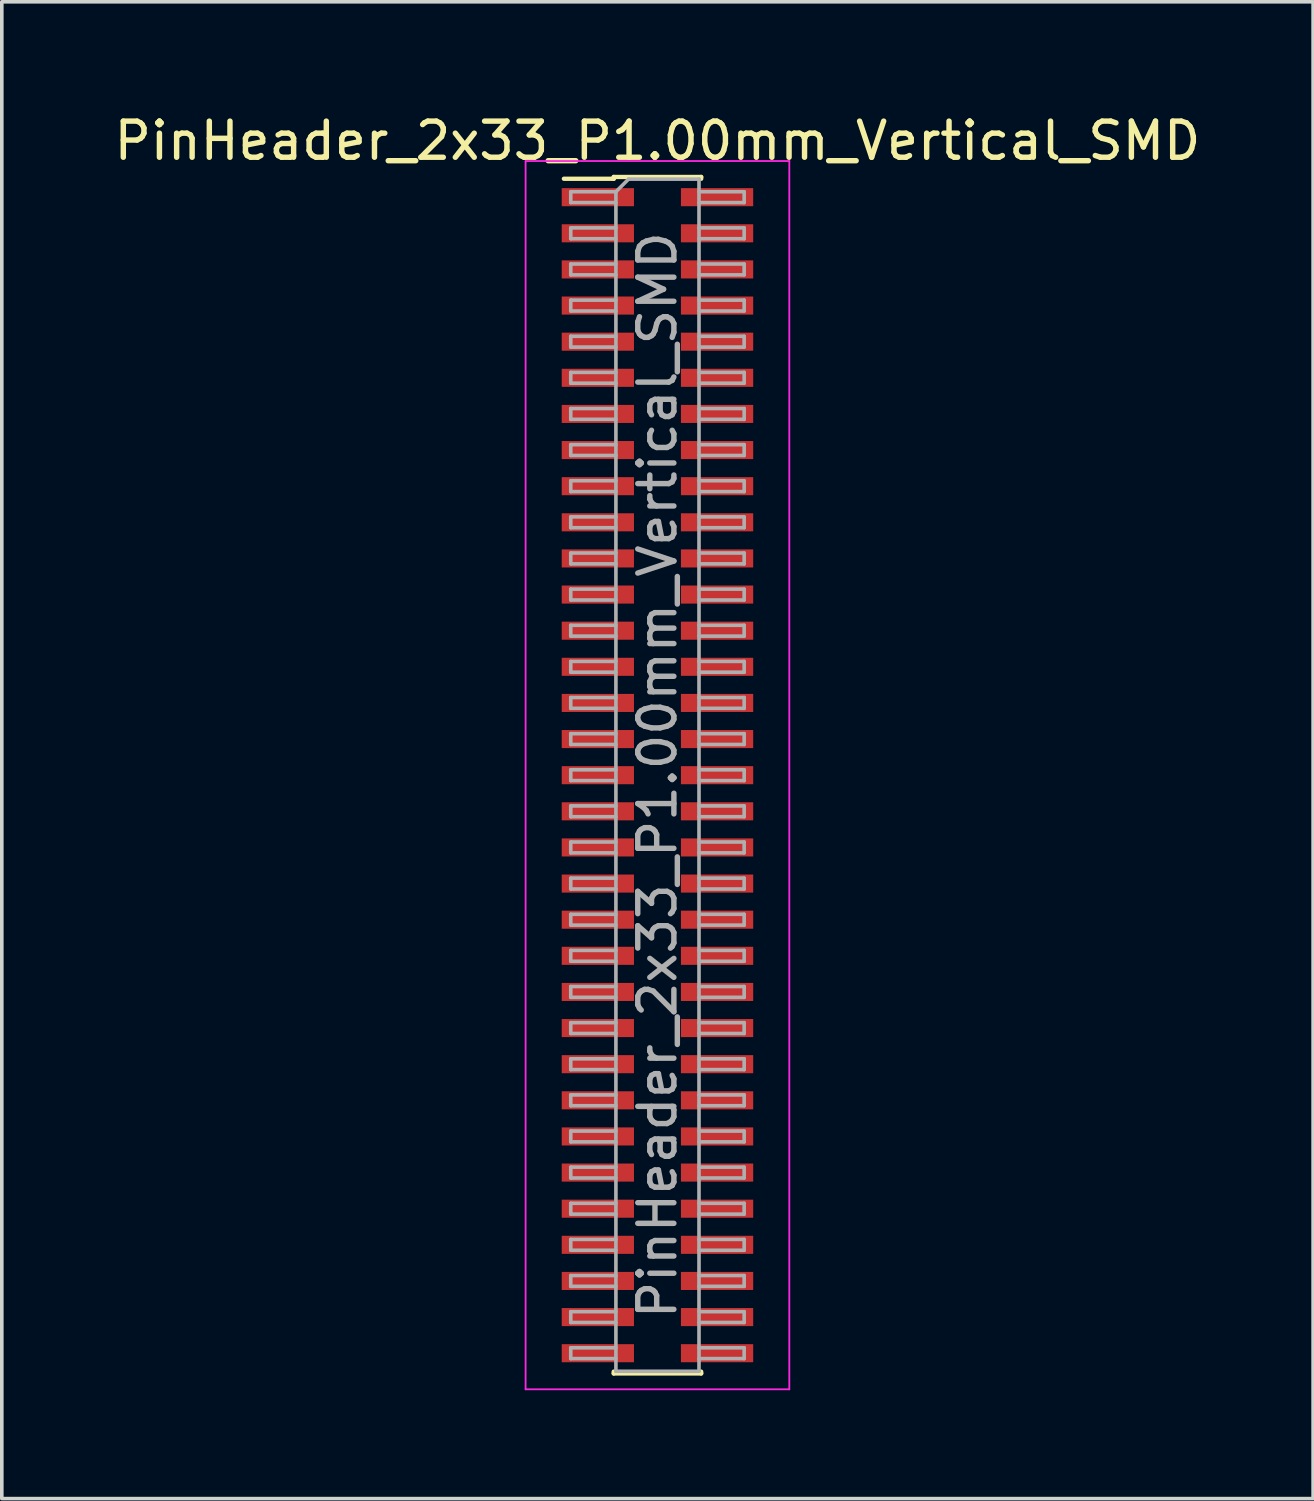
<source format=kicad_pcb>
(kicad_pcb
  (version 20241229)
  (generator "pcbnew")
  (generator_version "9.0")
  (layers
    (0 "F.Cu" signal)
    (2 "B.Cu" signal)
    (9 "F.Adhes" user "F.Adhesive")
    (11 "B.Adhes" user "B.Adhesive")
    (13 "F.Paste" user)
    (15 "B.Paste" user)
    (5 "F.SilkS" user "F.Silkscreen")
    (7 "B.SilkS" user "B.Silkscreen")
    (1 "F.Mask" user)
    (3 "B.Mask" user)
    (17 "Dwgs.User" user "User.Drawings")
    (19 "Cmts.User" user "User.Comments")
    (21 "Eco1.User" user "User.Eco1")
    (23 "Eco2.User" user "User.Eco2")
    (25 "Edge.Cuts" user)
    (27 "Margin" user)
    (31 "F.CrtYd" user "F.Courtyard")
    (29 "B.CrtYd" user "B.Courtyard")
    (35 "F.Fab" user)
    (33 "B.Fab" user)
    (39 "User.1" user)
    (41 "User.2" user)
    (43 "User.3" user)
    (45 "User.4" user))
  (footprint "PinHeader_2x33_P1.00mm_Vertical_SMD"
    (layer "F.Cu")
    (at 15.149 18.408)
    (property "Reference" "PinHeader_2x33_P1.00mm_Vertical_SMD" (at 0 -17.56 0) (layer "F.SilkS") (effects (font (size 1 1) (thickness 0.15))))
    (attr smd)
    (fp_line (start -2.59 -16.51) (end -1.21 -16.51) (stroke (width 0.12) (type solid)) (layer "F.SilkS"))
    (fp_line (start -1.21 -16.56) (end -1.21 -16.51) (stroke (width 0.12) (type solid)) (layer "F.SilkS"))
    (fp_line (start -1.21 -16.56) (end 1.21 -16.56) (stroke (width 0.12) (type solid)) (layer "F.SilkS"))
    (fp_line (start -1.21 16.51) (end -1.21 16.56) (stroke (width 0.12) (type solid)) (layer "F.SilkS"))
    (fp_line (start -1.21 16.56) (end 1.21 16.56) (stroke (width 0.12) (type solid)) (layer "F.SilkS"))
    (fp_line (start 1.21 -16.56) (end 1.21 -16.51) (stroke (width 0.12) (type solid)) (layer "F.SilkS"))
    (fp_line (start 1.21 16.51) (end 1.21 16.56) (stroke (width 0.12) (type solid)) (layer "F.SilkS"))
    (fp_line (start -3.65 -17) (end -3.65 17) (stroke (width 0.05) (type solid)) (layer "F.CrtYd"))
    (fp_line (start -3.65 17) (end 3.65 17) (stroke (width 0.05) (type solid)) (layer "F.CrtYd"))
    (fp_line (start 3.65 -17) (end -3.65 -17) (stroke (width 0.05) (type solid)) (layer "F.CrtYd"))
    (fp_line (start 3.65 17) (end 3.65 -17) (stroke (width 0.05) (type solid)) (layer "F.CrtYd"))
    (fp_line (start -2.4 -16.15) (end -2.4 -15.85) (stroke (width 0.1) (type solid)) (layer "F.Fab"))
    (fp_line (start -2.4 -15.85) (end -1.15 -15.85) (stroke (width 0.1) (type solid)) (layer "F.Fab"))
    (fp_line (start -2.4 -15.15) (end -2.4 -14.85) (stroke (width 0.1) (type solid)) (layer "F.Fab"))
    (fp_line (start -2.4 -14.85) (end -1.15 -14.85) (stroke (width 0.1) (type solid)) (layer "F.Fab"))
    (fp_line (start -2.4 -14.15) (end -2.4 -13.85) (stroke (width 0.1) (type solid)) (layer "F.Fab"))
    (fp_line (start -2.4 -13.85) (end -1.15 -13.85) (stroke (width 0.1) (type solid)) (layer "F.Fab"))
    (fp_line (start -2.4 -13.15) (end -2.4 -12.85) (stroke (width 0.1) (type solid)) (layer "F.Fab"))
    (fp_line (start -2.4 -12.85) (end -1.15 -12.85) (stroke (width 0.1) (type solid)) (layer "F.Fab"))
    (fp_line (start -2.4 -12.15) (end -2.4 -11.85) (stroke (width 0.1) (type solid)) (layer "F.Fab"))
    (fp_line (start -2.4 -11.85) (end -1.15 -11.85) (stroke (width 0.1) (type solid)) (layer "F.Fab"))
    (fp_line (start -2.4 -11.15) (end -2.4 -10.85) (stroke (width 0.1) (type solid)) (layer "F.Fab"))
    (fp_line (start -2.4 -10.85) (end -1.15 -10.85) (stroke (width 0.1) (type solid)) (layer "F.Fab"))
    (fp_line (start -2.4 -10.15) (end -2.4 -9.85) (stroke (width 0.1) (type solid)) (layer "F.Fab"))
    (fp_line (start -2.4 -9.85) (end -1.15 -9.85) (stroke (width 0.1) (type solid)) (layer "F.Fab"))
    (fp_line (start -2.4 -9.15) (end -2.4 -8.85) (stroke (width 0.1) (type solid)) (layer "F.Fab"))
    (fp_line (start -2.4 -8.85) (end -1.15 -8.85) (stroke (width 0.1) (type solid)) (layer "F.Fab"))
    (fp_line (start -2.4 -8.15) (end -2.4 -7.85) (stroke (width 0.1) (type solid)) (layer "F.Fab"))
    (fp_line (start -2.4 -7.85) (end -1.15 -7.85) (stroke (width 0.1) (type solid)) (layer "F.Fab"))
    (fp_line (start -2.4 -7.15) (end -2.4 -6.85) (stroke (width 0.1) (type solid)) (layer "F.Fab"))
    (fp_line (start -2.4 -6.85) (end -1.15 -6.85) (stroke (width 0.1) (type solid)) (layer "F.Fab"))
    (fp_line (start -2.4 -6.15) (end -2.4 -5.85) (stroke (width 0.1) (type solid)) (layer "F.Fab"))
    (fp_line (start -2.4 -5.85) (end -1.15 -5.85) (stroke (width 0.1) (type solid)) (layer "F.Fab"))
    (fp_line (start -2.4 -5.15) (end -2.4 -4.85) (stroke (width 0.1) (type solid)) (layer "F.Fab"))
    (fp_line (start -2.4 -4.85) (end -1.15 -4.85) (stroke (width 0.1) (type solid)) (layer "F.Fab"))
    (fp_line (start -2.4 -4.15) (end -2.4 -3.85) (stroke (width 0.1) (type solid)) (layer "F.Fab"))
    (fp_line (start -2.4 -3.85) (end -1.15 -3.85) (stroke (width 0.1) (type solid)) (layer "F.Fab"))
    (fp_line (start -2.4 -3.15) (end -2.4 -2.85) (stroke (width 0.1) (type solid)) (layer "F.Fab"))
    (fp_line (start -2.4 -2.85) (end -1.15 -2.85) (stroke (width 0.1) (type solid)) (layer "F.Fab"))
    (fp_line (start -2.4 -2.15) (end -2.4 -1.85) (stroke (width 0.1) (type solid)) (layer "F.Fab"))
    (fp_line (start -2.4 -1.85) (end -1.15 -1.85) (stroke (width 0.1) (type solid)) (layer "F.Fab"))
    (fp_line (start -2.4 -1.15) (end -2.4 -0.85) (stroke (width 0.1) (type solid)) (layer "F.Fab"))
    (fp_line (start -2.4 -0.85) (end -1.15 -0.85) (stroke (width 0.1) (type solid)) (layer "F.Fab"))
    (fp_line (start -2.4 -0.15) (end -2.4 0.15) (stroke (width 0.1) (type solid)) (layer "F.Fab"))
    (fp_line (start -2.4 0.15) (end -1.15 0.15) (stroke (width 0.1) (type solid)) (layer "F.Fab"))
    (fp_line (start -2.4 0.85) (end -2.4 1.15) (stroke (width 0.1) (type solid)) (layer "F.Fab"))
    (fp_line (start -2.4 1.15) (end -1.15 1.15) (stroke (width 0.1) (type solid)) (layer "F.Fab"))
    (fp_line (start -2.4 1.85) (end -2.4 2.15) (stroke (width 0.1) (type solid)) (layer "F.Fab"))
    (fp_line (start -2.4 2.15) (end -1.15 2.15) (stroke (width 0.1) (type solid)) (layer "F.Fab"))
    (fp_line (start -2.4 2.85) (end -2.4 3.15) (stroke (width 0.1) (type solid)) (layer "F.Fab"))
    (fp_line (start -2.4 3.15) (end -1.15 3.15) (stroke (width 0.1) (type solid)) (layer "F.Fab"))
    (fp_line (start -2.4 3.85) (end -2.4 4.15) (stroke (width 0.1) (type solid)) (layer "F.Fab"))
    (fp_line (start -2.4 4.15) (end -1.15 4.15) (stroke (width 0.1) (type solid)) (layer "F.Fab"))
    (fp_line (start -2.4 4.85) (end -2.4 5.15) (stroke (width 0.1) (type solid)) (layer "F.Fab"))
    (fp_line (start -2.4 5.15) (end -1.15 5.15) (stroke (width 0.1) (type solid)) (layer "F.Fab"))
    (fp_line (start -2.4 5.85) (end -2.4 6.15) (stroke (width 0.1) (type solid)) (layer "F.Fab"))
    (fp_line (start -2.4 6.15) (end -1.15 6.15) (stroke (width 0.1) (type solid)) (layer "F.Fab"))
    (fp_line (start -2.4 6.85) (end -2.4 7.15) (stroke (width 0.1) (type solid)) (layer "F.Fab"))
    (fp_line (start -2.4 7.15) (end -1.15 7.15) (stroke (width 0.1) (type solid)) (layer "F.Fab"))
    (fp_line (start -2.4 7.85) (end -2.4 8.15) (stroke (width 0.1) (type solid)) (layer "F.Fab"))
    (fp_line (start -2.4 8.15) (end -1.15 8.15) (stroke (width 0.1) (type solid)) (layer "F.Fab"))
    (fp_line (start -2.4 8.85) (end -2.4 9.15) (stroke (width 0.1) (type solid)) (layer "F.Fab"))
    (fp_line (start -2.4 9.15) (end -1.15 9.15) (stroke (width 0.1) (type solid)) (layer "F.Fab"))
    (fp_line (start -2.4 9.85) (end -2.4 10.15) (stroke (width 0.1) (type solid)) (layer "F.Fab"))
    (fp_line (start -2.4 10.15) (end -1.15 10.15) (stroke (width 0.1) (type solid)) (layer "F.Fab"))
    (fp_line (start -2.4 10.85) (end -2.4 11.15) (stroke (width 0.1) (type solid)) (layer "F.Fab"))
    (fp_line (start -2.4 11.15) (end -1.15 11.15) (stroke (width 0.1) (type solid)) (layer "F.Fab"))
    (fp_line (start -2.4 11.85) (end -2.4 12.15) (stroke (width 0.1) (type solid)) (layer "F.Fab"))
    (fp_line (start -2.4 12.15) (end -1.15 12.15) (stroke (width 0.1) (type solid)) (layer "F.Fab"))
    (fp_line (start -2.4 12.85) (end -2.4 13.15) (stroke (width 0.1) (type solid)) (layer "F.Fab"))
    (fp_line (start -2.4 13.15) (end -1.15 13.15) (stroke (width 0.1) (type solid)) (layer "F.Fab"))
    (fp_line (start -2.4 13.85) (end -2.4 14.15) (stroke (width 0.1) (type solid)) (layer "F.Fab"))
    (fp_line (start -2.4 14.15) (end -1.15 14.15) (stroke (width 0.1) (type solid)) (layer "F.Fab"))
    (fp_line (start -2.4 14.85) (end -2.4 15.15) (stroke (width 0.1) (type solid)) (layer "F.Fab"))
    (fp_line (start -2.4 15.15) (end -1.15 15.15) (stroke (width 0.1) (type solid)) (layer "F.Fab"))
    (fp_line (start -2.4 15.85) (end -2.4 16.15) (stroke (width 0.1) (type solid)) (layer "F.Fab"))
    (fp_line (start -2.4 16.15) (end -1.15 16.15) (stroke (width 0.1) (type solid)) (layer "F.Fab"))
    (fp_line (start -1.15 -16.15) (end -2.4 -16.15) (stroke (width 0.1) (type solid)) (layer "F.Fab"))
    (fp_line (start -1.15 -16.15) (end -0.8 -16.5) (stroke (width 0.1) (type solid)) (layer "F.Fab"))
    (fp_line (start -1.15 -15.15) (end -2.4 -15.15) (stroke (width 0.1) (type solid)) (layer "F.Fab"))
    (fp_line (start -1.15 -14.15) (end -2.4 -14.15) (stroke (width 0.1) (type solid)) (layer "F.Fab"))
    (fp_line (start -1.15 -13.15) (end -2.4 -13.15) (stroke (width 0.1) (type solid)) (layer "F.Fab"))
    (fp_line (start -1.15 -12.15) (end -2.4 -12.15) (stroke (width 0.1) (type solid)) (layer "F.Fab"))
    (fp_line (start -1.15 -11.15) (end -2.4 -11.15) (stroke (width 0.1) (type solid)) (layer "F.Fab"))
    (fp_line (start -1.15 -10.15) (end -2.4 -10.15) (stroke (width 0.1) (type solid)) (layer "F.Fab"))
    (fp_line (start -1.15 -9.15) (end -2.4 -9.15) (stroke (width 0.1) (type solid)) (layer "F.Fab"))
    (fp_line (start -1.15 -8.15) (end -2.4 -8.15) (stroke (width 0.1) (type solid)) (layer "F.Fab"))
    (fp_line (start -1.15 -7.15) (end -2.4 -7.15) (stroke (width 0.1) (type solid)) (layer "F.Fab"))
    (fp_line (start -1.15 -6.15) (end -2.4 -6.15) (stroke (width 0.1) (type solid)) (layer "F.Fab"))
    (fp_line (start -1.15 -5.15) (end -2.4 -5.15) (stroke (width 0.1) (type solid)) (layer "F.Fab"))
    (fp_line (start -1.15 -4.15) (end -2.4 -4.15) (stroke (width 0.1) (type solid)) (layer "F.Fab"))
    (fp_line (start -1.15 -3.15) (end -2.4 -3.15) (stroke (width 0.1) (type solid)) (layer "F.Fab"))
    (fp_line (start -1.15 -2.15) (end -2.4 -2.15) (stroke (width 0.1) (type solid)) (layer "F.Fab"))
    (fp_line (start -1.15 -1.15) (end -2.4 -1.15) (stroke (width 0.1) (type solid)) (layer "F.Fab"))
    (fp_line (start -1.15 -0.15) (end -2.4 -0.15) (stroke (width 0.1) (type solid)) (layer "F.Fab"))
    (fp_line (start -1.15 0.85) (end -2.4 0.85) (stroke (width 0.1) (type solid)) (layer "F.Fab"))
    (fp_line (start -1.15 1.85) (end -2.4 1.85) (stroke (width 0.1) (type solid)) (layer "F.Fab"))
    (fp_line (start -1.15 2.85) (end -2.4 2.85) (stroke (width 0.1) (type solid)) (layer "F.Fab"))
    (fp_line (start -1.15 3.85) (end -2.4 3.85) (stroke (width 0.1) (type solid)) (layer "F.Fab"))
    (fp_line (start -1.15 4.85) (end -2.4 4.85) (stroke (width 0.1) (type solid)) (layer "F.Fab"))
    (fp_line (start -1.15 5.85) (end -2.4 5.85) (stroke (width 0.1) (type solid)) (layer "F.Fab"))
    (fp_line (start -1.15 6.85) (end -2.4 6.85) (stroke (width 0.1) (type solid)) (layer "F.Fab"))
    (fp_line (start -1.15 7.85) (end -2.4 7.85) (stroke (width 0.1) (type solid)) (layer "F.Fab"))
    (fp_line (start -1.15 8.85) (end -2.4 8.85) (stroke (width 0.1) (type solid)) (layer "F.Fab"))
    (fp_line (start -1.15 9.85) (end -2.4 9.85) (stroke (width 0.1) (type solid)) (layer "F.Fab"))
    (fp_line (start -1.15 10.85) (end -2.4 10.85) (stroke (width 0.1) (type solid)) (layer "F.Fab"))
    (fp_line (start -1.15 11.85) (end -2.4 11.85) (stroke (width 0.1) (type solid)) (layer "F.Fab"))
    (fp_line (start -1.15 12.85) (end -2.4 12.85) (stroke (width 0.1) (type solid)) (layer "F.Fab"))
    (fp_line (start -1.15 13.85) (end -2.4 13.85) (stroke (width 0.1) (type solid)) (layer "F.Fab"))
    (fp_line (start -1.15 14.85) (end -2.4 14.85) (stroke (width 0.1) (type solid)) (layer "F.Fab"))
    (fp_line (start -1.15 15.85) (end -2.4 15.85) (stroke (width 0.1) (type solid)) (layer "F.Fab"))
    (fp_line (start -1.15 16.5) (end -1.15 -16.15) (stroke (width 0.1) (type solid)) (layer "F.Fab"))
    (fp_line (start -0.8 -16.5) (end 1.15 -16.5) (stroke (width 0.1) (type solid)) (layer "F.Fab"))
    (fp_line (start 1.15 -16.5) (end 1.15 16.5) (stroke (width 0.1) (type solid)) (layer "F.Fab"))
    (fp_line (start 1.15 -16.15) (end 2.4 -16.15) (stroke (width 0.1) (type solid)) (layer "F.Fab"))
    (fp_line (start 1.15 -15.15) (end 2.4 -15.15) (stroke (width 0.1) (type solid)) (layer "F.Fab"))
    (fp_line (start 1.15 -14.15) (end 2.4 -14.15) (stroke (width 0.1) (type solid)) (layer "F.Fab"))
    (fp_line (start 1.15 -13.15) (end 2.4 -13.15) (stroke (width 0.1) (type solid)) (layer "F.Fab"))
    (fp_line (start 1.15 -12.15) (end 2.4 -12.15) (stroke (width 0.1) (type solid)) (layer "F.Fab"))
    (fp_line (start 1.15 -11.15) (end 2.4 -11.15) (stroke (width 0.1) (type solid)) (layer "F.Fab"))
    (fp_line (start 1.15 -10.15) (end 2.4 -10.15) (stroke (width 0.1) (type solid)) (layer "F.Fab"))
    (fp_line (start 1.15 -9.15) (end 2.4 -9.15) (stroke (width 0.1) (type solid)) (layer "F.Fab"))
    (fp_line (start 1.15 -8.15) (end 2.4 -8.15) (stroke (width 0.1) (type solid)) (layer "F.Fab"))
    (fp_line (start 1.15 -7.15) (end 2.4 -7.15) (stroke (width 0.1) (type solid)) (layer "F.Fab"))
    (fp_line (start 1.15 -6.15) (end 2.4 -6.15) (stroke (width 0.1) (type solid)) (layer "F.Fab"))
    (fp_line (start 1.15 -5.15) (end 2.4 -5.15) (stroke (width 0.1) (type solid)) (layer "F.Fab"))
    (fp_line (start 1.15 -4.15) (end 2.4 -4.15) (stroke (width 0.1) (type solid)) (layer "F.Fab"))
    (fp_line (start 1.15 -3.15) (end 2.4 -3.15) (stroke (width 0.1) (type solid)) (layer "F.Fab"))
    (fp_line (start 1.15 -2.15) (end 2.4 -2.15) (stroke (width 0.1) (type solid)) (layer "F.Fab"))
    (fp_line (start 1.15 -1.15) (end 2.4 -1.15) (stroke (width 0.1) (type solid)) (layer "F.Fab"))
    (fp_line (start 1.15 -0.15) (end 2.4 -0.15) (stroke (width 0.1) (type solid)) (layer "F.Fab"))
    (fp_line (start 1.15 0.85) (end 2.4 0.85) (stroke (width 0.1) (type solid)) (layer "F.Fab"))
    (fp_line (start 1.15 1.85) (end 2.4 1.85) (stroke (width 0.1) (type solid)) (layer "F.Fab"))
    (fp_line (start 1.15 2.85) (end 2.4 2.85) (stroke (width 0.1) (type solid)) (layer "F.Fab"))
    (fp_line (start 1.15 3.85) (end 2.4 3.85) (stroke (width 0.1) (type solid)) (layer "F.Fab"))
    (fp_line (start 1.15 4.85) (end 2.4 4.85) (stroke (width 0.1) (type solid)) (layer "F.Fab"))
    (fp_line (start 1.15 5.85) (end 2.4 5.85) (stroke (width 0.1) (type solid)) (layer "F.Fab"))
    (fp_line (start 1.15 6.85) (end 2.4 6.85) (stroke (width 0.1) (type solid)) (layer "F.Fab"))
    (fp_line (start 1.15 7.85) (end 2.4 7.85) (stroke (width 0.1) (type solid)) (layer "F.Fab"))
    (fp_line (start 1.15 8.85) (end 2.4 8.85) (stroke (width 0.1) (type solid)) (layer "F.Fab"))
    (fp_line (start 1.15 9.85) (end 2.4 9.85) (stroke (width 0.1) (type solid)) (layer "F.Fab"))
    (fp_line (start 1.15 10.85) (end 2.4 10.85) (stroke (width 0.1) (type solid)) (layer "F.Fab"))
    (fp_line (start 1.15 11.85) (end 2.4 11.85) (stroke (width 0.1) (type solid)) (layer "F.Fab"))
    (fp_line (start 1.15 12.85) (end 2.4 12.85) (stroke (width 0.1) (type solid)) (layer "F.Fab"))
    (fp_line (start 1.15 13.85) (end 2.4 13.85) (stroke (width 0.1) (type solid)) (layer "F.Fab"))
    (fp_line (start 1.15 14.85) (end 2.4 14.85) (stroke (width 0.1) (type solid)) (layer "F.Fab"))
    (fp_line (start 1.15 15.85) (end 2.4 15.85) (stroke (width 0.1) (type solid)) (layer "F.Fab"))
    (fp_line (start 1.15 16.5) (end -1.15 16.5) (stroke (width 0.1) (type solid)) (layer "F.Fab"))
    (fp_line (start 2.4 -16.15) (end 2.4 -15.85) (stroke (width 0.1) (type solid)) (layer "F.Fab"))
    (fp_line (start 2.4 -15.85) (end 1.15 -15.85) (stroke (width 0.1) (type solid)) (layer "F.Fab"))
    (fp_line (start 2.4 -15.15) (end 2.4 -14.85) (stroke (width 0.1) (type solid)) (layer "F.Fab"))
    (fp_line (start 2.4 -14.85) (end 1.15 -14.85) (stroke (width 0.1) (type solid)) (layer "F.Fab"))
    (fp_line (start 2.4 -14.15) (end 2.4 -13.85) (stroke (width 0.1) (type solid)) (layer "F.Fab"))
    (fp_line (start 2.4 -13.85) (end 1.15 -13.85) (stroke (width 0.1) (type solid)) (layer "F.Fab"))
    (fp_line (start 2.4 -13.15) (end 2.4 -12.85) (stroke (width 0.1) (type solid)) (layer "F.Fab"))
    (fp_line (start 2.4 -12.85) (end 1.15 -12.85) (stroke (width 0.1) (type solid)) (layer "F.Fab"))
    (fp_line (start 2.4 -12.15) (end 2.4 -11.85) (stroke (width 0.1) (type solid)) (layer "F.Fab"))
    (fp_line (start 2.4 -11.85) (end 1.15 -11.85) (stroke (width 0.1) (type solid)) (layer "F.Fab"))
    (fp_line (start 2.4 -11.15) (end 2.4 -10.85) (stroke (width 0.1) (type solid)) (layer "F.Fab"))
    (fp_line (start 2.4 -10.85) (end 1.15 -10.85) (stroke (width 0.1) (type solid)) (layer "F.Fab"))
    (fp_line (start 2.4 -10.15) (end 2.4 -9.85) (stroke (width 0.1) (type solid)) (layer "F.Fab"))
    (fp_line (start 2.4 -9.85) (end 1.15 -9.85) (stroke (width 0.1) (type solid)) (layer "F.Fab"))
    (fp_line (start 2.4 -9.15) (end 2.4 -8.85) (stroke (width 0.1) (type solid)) (layer "F.Fab"))
    (fp_line (start 2.4 -8.85) (end 1.15 -8.85) (stroke (width 0.1) (type solid)) (layer "F.Fab"))
    (fp_line (start 2.4 -8.15) (end 2.4 -7.85) (stroke (width 0.1) (type solid)) (layer "F.Fab"))
    (fp_line (start 2.4 -7.85) (end 1.15 -7.85) (stroke (width 0.1) (type solid)) (layer "F.Fab"))
    (fp_line (start 2.4 -7.15) (end 2.4 -6.85) (stroke (width 0.1) (type solid)) (layer "F.Fab"))
    (fp_line (start 2.4 -6.85) (end 1.15 -6.85) (stroke (width 0.1) (type solid)) (layer "F.Fab"))
    (fp_line (start 2.4 -6.15) (end 2.4 -5.85) (stroke (width 0.1) (type solid)) (layer "F.Fab"))
    (fp_line (start 2.4 -5.85) (end 1.15 -5.85) (stroke (width 0.1) (type solid)) (layer "F.Fab"))
    (fp_line (start 2.4 -5.15) (end 2.4 -4.85) (stroke (width 0.1) (type solid)) (layer "F.Fab"))
    (fp_line (start 2.4 -4.85) (end 1.15 -4.85) (stroke (width 0.1) (type solid)) (layer "F.Fab"))
    (fp_line (start 2.4 -4.15) (end 2.4 -3.85) (stroke (width 0.1) (type solid)) (layer "F.Fab"))
    (fp_line (start 2.4 -3.85) (end 1.15 -3.85) (stroke (width 0.1) (type solid)) (layer "F.Fab"))
    (fp_line (start 2.4 -3.15) (end 2.4 -2.85) (stroke (width 0.1) (type solid)) (layer "F.Fab"))
    (fp_line (start 2.4 -2.85) (end 1.15 -2.85) (stroke (width 0.1) (type solid)) (layer "F.Fab"))
    (fp_line (start 2.4 -2.15) (end 2.4 -1.85) (stroke (width 0.1) (type solid)) (layer "F.Fab"))
    (fp_line (start 2.4 -1.85) (end 1.15 -1.85) (stroke (width 0.1) (type solid)) (layer "F.Fab"))
    (fp_line (start 2.4 -1.15) (end 2.4 -0.85) (stroke (width 0.1) (type solid)) (layer "F.Fab"))
    (fp_line (start 2.4 -0.85) (end 1.15 -0.85) (stroke (width 0.1) (type solid)) (layer "F.Fab"))
    (fp_line (start 2.4 -0.15) (end 2.4 0.15) (stroke (width 0.1) (type solid)) (layer "F.Fab"))
    (fp_line (start 2.4 0.15) (end 1.15 0.15) (stroke (width 0.1) (type solid)) (layer "F.Fab"))
    (fp_line (start 2.4 0.85) (end 2.4 1.15) (stroke (width 0.1) (type solid)) (layer "F.Fab"))
    (fp_line (start 2.4 1.15) (end 1.15 1.15) (stroke (width 0.1) (type solid)) (layer "F.Fab"))
    (fp_line (start 2.4 1.85) (end 2.4 2.15) (stroke (width 0.1) (type solid)) (layer "F.Fab"))
    (fp_line (start 2.4 2.15) (end 1.15 2.15) (stroke (width 0.1) (type solid)) (layer "F.Fab"))
    (fp_line (start 2.4 2.85) (end 2.4 3.15) (stroke (width 0.1) (type solid)) (layer "F.Fab"))
    (fp_line (start 2.4 3.15) (end 1.15 3.15) (stroke (width 0.1) (type solid)) (layer "F.Fab"))
    (fp_line (start 2.4 3.85) (end 2.4 4.15) (stroke (width 0.1) (type solid)) (layer "F.Fab"))
    (fp_line (start 2.4 4.15) (end 1.15 4.15) (stroke (width 0.1) (type solid)) (layer "F.Fab"))
    (fp_line (start 2.4 4.85) (end 2.4 5.15) (stroke (width 0.1) (type solid)) (layer "F.Fab"))
    (fp_line (start 2.4 5.15) (end 1.15 5.15) (stroke (width 0.1) (type solid)) (layer "F.Fab"))
    (fp_line (start 2.4 5.85) (end 2.4 6.15) (stroke (width 0.1) (type solid)) (layer "F.Fab"))
    (fp_line (start 2.4 6.15) (end 1.15 6.15) (stroke (width 0.1) (type solid)) (layer "F.Fab"))
    (fp_line (start 2.4 6.85) (end 2.4 7.15) (stroke (width 0.1) (type solid)) (layer "F.Fab"))
    (fp_line (start 2.4 7.15) (end 1.15 7.15) (stroke (width 0.1) (type solid)) (layer "F.Fab"))
    (fp_line (start 2.4 7.85) (end 2.4 8.15) (stroke (width 0.1) (type solid)) (layer "F.Fab"))
    (fp_line (start 2.4 8.15) (end 1.15 8.15) (stroke (width 0.1) (type solid)) (layer "F.Fab"))
    (fp_line (start 2.4 8.85) (end 2.4 9.15) (stroke (width 0.1) (type solid)) (layer "F.Fab"))
    (fp_line (start 2.4 9.15) (end 1.15 9.15) (stroke (width 0.1) (type solid)) (layer "F.Fab"))
    (fp_line (start 2.4 9.85) (end 2.4 10.15) (stroke (width 0.1) (type solid)) (layer "F.Fab"))
    (fp_line (start 2.4 10.15) (end 1.15 10.15) (stroke (width 0.1) (type solid)) (layer "F.Fab"))
    (fp_line (start 2.4 10.85) (end 2.4 11.15) (stroke (width 0.1) (type solid)) (layer "F.Fab"))
    (fp_line (start 2.4 11.15) (end 1.15 11.15) (stroke (width 0.1) (type solid)) (layer "F.Fab"))
    (fp_line (start 2.4 11.85) (end 2.4 12.15) (stroke (width 0.1) (type solid)) (layer "F.Fab"))
    (fp_line (start 2.4 12.15) (end 1.15 12.15) (stroke (width 0.1) (type solid)) (layer "F.Fab"))
    (fp_line (start 2.4 12.85) (end 2.4 13.15) (stroke (width 0.1) (type solid)) (layer "F.Fab"))
    (fp_line (start 2.4 13.15) (end 1.15 13.15) (stroke (width 0.1) (type solid)) (layer "F.Fab"))
    (fp_line (start 2.4 13.85) (end 2.4 14.15) (stroke (width 0.1) (type solid)) (layer "F.Fab"))
    (fp_line (start 2.4 14.15) (end 1.15 14.15) (stroke (width 0.1) (type solid)) (layer "F.Fab"))
    (fp_line (start 2.4 14.85) (end 2.4 15.15) (stroke (width 0.1) (type solid)) (layer "F.Fab"))
    (fp_line (start 2.4 15.15) (end 1.15 15.15) (stroke (width 0.1) (type solid)) (layer "F.Fab"))
    (fp_line (start 2.4 15.85) (end 2.4 16.15) (stroke (width 0.1) (type solid)) (layer "F.Fab"))
    (fp_line (start 2.4 16.15) (end 1.15 16.15) (stroke (width 0.1) (type solid)) (layer "F.Fab"))
    (fp_text user "${REFERENCE}" (at 0 0 90) (layer "F.Fab") (effects (font (size 1 1) (thickness 0.15))))
    (pad "1" smd rect (at -1.65 -16) (size 2 0.5) (layers "F.Cu" "F.Mask" "F.Paste"))
    (pad "2" smd rect (at 1.65 -16) (size 2 0.5) (layers "F.Cu" "F.Mask" "F.Paste"))
    (pad "3" smd rect (at -1.65 -15) (size 2 0.5) (layers "F.Cu" "F.Mask" "F.Paste"))
    (pad "4" smd rect (at 1.65 -15) (size 2 0.5) (layers "F.Cu" "F.Mask" "F.Paste"))
    (pad "5" smd rect (at -1.65 -14) (size 2 0.5) (layers "F.Cu" "F.Mask" "F.Paste"))
    (pad "6" smd rect (at 1.65 -14) (size 2 0.5) (layers "F.Cu" "F.Mask" "F.Paste"))
    (pad "7" smd rect (at -1.65 -13) (size 2 0.5) (layers "F.Cu" "F.Mask" "F.Paste"))
    (pad "8" smd rect (at 1.65 -13) (size 2 0.5) (layers "F.Cu" "F.Mask" "F.Paste"))
    (pad "9" smd rect (at -1.65 -12) (size 2 0.5) (layers "F.Cu" "F.Mask" "F.Paste"))
    (pad "10" smd rect (at 1.65 -12) (size 2 0.5) (layers "F.Cu" "F.Mask" "F.Paste"))
    (pad "11" smd rect (at -1.65 -11) (size 2 0.5) (layers "F.Cu" "F.Mask" "F.Paste"))
    (pad "12" smd rect (at 1.65 -11) (size 2 0.5) (layers "F.Cu" "F.Mask" "F.Paste"))
    (pad "13" smd rect (at -1.65 -10) (size 2 0.5) (layers "F.Cu" "F.Mask" "F.Paste"))
    (pad "14" smd rect (at 1.65 -10) (size 2 0.5) (layers "F.Cu" "F.Mask" "F.Paste"))
    (pad "15" smd rect (at -1.65 -9) (size 2 0.5) (layers "F.Cu" "F.Mask" "F.Paste"))
    (pad "16" smd rect (at 1.65 -9) (size 2 0.5) (layers "F.Cu" "F.Mask" "F.Paste"))
    (pad "17" smd rect (at -1.65 -8) (size 2 0.5) (layers "F.Cu" "F.Mask" "F.Paste"))
    (pad "18" smd rect (at 1.65 -8) (size 2 0.5) (layers "F.Cu" "F.Mask" "F.Paste"))
    (pad "19" smd rect (at -1.65 -7) (size 2 0.5) (layers "F.Cu" "F.Mask" "F.Paste"))
    (pad "20" smd rect (at 1.65 -7) (size 2 0.5) (layers "F.Cu" "F.Mask" "F.Paste"))
    (pad "21" smd rect (at -1.65 -6) (size 2 0.5) (layers "F.Cu" "F.Mask" "F.Paste"))
    (pad "22" smd rect (at 1.65 -6) (size 2 0.5) (layers "F.Cu" "F.Mask" "F.Paste"))
    (pad "23" smd rect (at -1.65 -5) (size 2 0.5) (layers "F.Cu" "F.Mask" "F.Paste"))
    (pad "24" smd rect (at 1.65 -5) (size 2 0.5) (layers "F.Cu" "F.Mask" "F.Paste"))
    (pad "25" smd rect (at -1.65 -4) (size 2 0.5) (layers "F.Cu" "F.Mask" "F.Paste"))
    (pad "26" smd rect (at 1.65 -4) (size 2 0.5) (layers "F.Cu" "F.Mask" "F.Paste"))
    (pad "27" smd rect (at -1.65 -3) (size 2 0.5) (layers "F.Cu" "F.Mask" "F.Paste"))
    (pad "28" smd rect (at 1.65 -3) (size 2 0.5) (layers "F.Cu" "F.Mask" "F.Paste"))
    (pad "29" smd rect (at -1.65 -2) (size 2 0.5) (layers "F.Cu" "F.Mask" "F.Paste"))
    (pad "30" smd rect (at 1.65 -2) (size 2 0.5) (layers "F.Cu" "F.Mask" "F.Paste"))
    (pad "31" smd rect (at -1.65 -1) (size 2 0.5) (layers "F.Cu" "F.Mask" "F.Paste"))
    (pad "32" smd rect (at 1.65 -1) (size 2 0.5) (layers "F.Cu" "F.Mask" "F.Paste"))
    (pad "33" smd rect (at -1.65 0) (size 2 0.5) (layers "F.Cu" "F.Mask" "F.Paste"))
    (pad "34" smd rect (at 1.65 0) (size 2 0.5) (layers "F.Cu" "F.Mask" "F.Paste"))
    (pad "35" smd rect (at -1.65 1) (size 2 0.5) (layers "F.Cu" "F.Mask" "F.Paste"))
    (pad "36" smd rect (at 1.65 1) (size 2 0.5) (layers "F.Cu" "F.Mask" "F.Paste"))
    (pad "37" smd rect (at -1.65 2) (size 2 0.5) (layers "F.Cu" "F.Mask" "F.Paste"))
    (pad "38" smd rect (at 1.65 2) (size 2 0.5) (layers "F.Cu" "F.Mask" "F.Paste"))
    (pad "39" smd rect (at -1.65 3) (size 2 0.5) (layers "F.Cu" "F.Mask" "F.Paste"))
    (pad "40" smd rect (at 1.65 3) (size 2 0.5) (layers "F.Cu" "F.Mask" "F.Paste"))
    (pad "41" smd rect (at -1.65 4) (size 2 0.5) (layers "F.Cu" "F.Mask" "F.Paste"))
    (pad "42" smd rect (at 1.65 4) (size 2 0.5) (layers "F.Cu" "F.Mask" "F.Paste"))
    (pad "43" smd rect (at -1.65 5) (size 2 0.5) (layers "F.Cu" "F.Mask" "F.Paste"))
    (pad "44" smd rect (at 1.65 5) (size 2 0.5) (layers "F.Cu" "F.Mask" "F.Paste"))
    (pad "45" smd rect (at -1.65 6) (size 2 0.5) (layers "F.Cu" "F.Mask" "F.Paste"))
    (pad "46" smd rect (at 1.65 6) (size 2 0.5) (layers "F.Cu" "F.Mask" "F.Paste"))
    (pad "47" smd rect (at -1.65 7) (size 2 0.5) (layers "F.Cu" "F.Mask" "F.Paste"))
    (pad "48" smd rect (at 1.65 7) (size 2 0.5) (layers "F.Cu" "F.Mask" "F.Paste"))
    (pad "49" smd rect (at -1.65 8) (size 2 0.5) (layers "F.Cu" "F.Mask" "F.Paste"))
    (pad "50" smd rect (at 1.65 8) (size 2 0.5) (layers "F.Cu" "F.Mask" "F.Paste"))
    (pad "51" smd rect (at -1.65 9) (size 2 0.5) (layers "F.Cu" "F.Mask" "F.Paste"))
    (pad "52" smd rect (at 1.65 9) (size 2 0.5) (layers "F.Cu" "F.Mask" "F.Paste"))
    (pad "53" smd rect (at -1.65 10) (size 2 0.5) (layers "F.Cu" "F.Mask" "F.Paste"))
    (pad "54" smd rect (at 1.65 10) (size 2 0.5) (layers "F.Cu" "F.Mask" "F.Paste"))
    (pad "55" smd rect (at -1.65 11) (size 2 0.5) (layers "F.Cu" "F.Mask" "F.Paste"))
    (pad "56" smd rect (at 1.65 11) (size 2 0.5) (layers "F.Cu" "F.Mask" "F.Paste"))
    (pad "57" smd rect (at -1.65 12) (size 2 0.5) (layers "F.Cu" "F.Mask" "F.Paste"))
    (pad "58" smd rect (at 1.65 12) (size 2 0.5) (layers "F.Cu" "F.Mask" "F.Paste"))
    (pad "59" smd rect (at -1.65 13) (size 2 0.5) (layers "F.Cu" "F.Mask" "F.Paste"))
    (pad "60" smd rect (at 1.65 13) (size 2 0.5) (layers "F.Cu" "F.Mask" "F.Paste"))
    (pad "61" smd rect (at -1.65 14) (size 2 0.5) (layers "F.Cu" "F.Mask" "F.Paste"))
    (pad "62" smd rect (at 1.65 14) (size 2 0.5) (layers "F.Cu" "F.Mask" "F.Paste"))
    (pad "63" smd rect (at -1.65 15) (size 2 0.5) (layers "F.Cu" "F.Mask" "F.Paste"))
    (pad "64" smd rect (at 1.65 15) (size 2 0.5) (layers "F.Cu" "F.Mask" "F.Paste"))
    (pad "65" smd rect (at -1.65 16) (size 2 0.5) (layers "F.Cu" "F.Mask" "F.Paste"))
    (pad "66" smd rect (at 1.65 16) (size 2 0.5) (layers "F.Cu" "F.Mask" "F.Paste")))
  (gr_rect
    (start -3 -3)
    (end 33.298 38.433)
    (stroke (width 0.1) (type default))
    (fill no)
    (layer "Edge.Cuts")))
</source>
